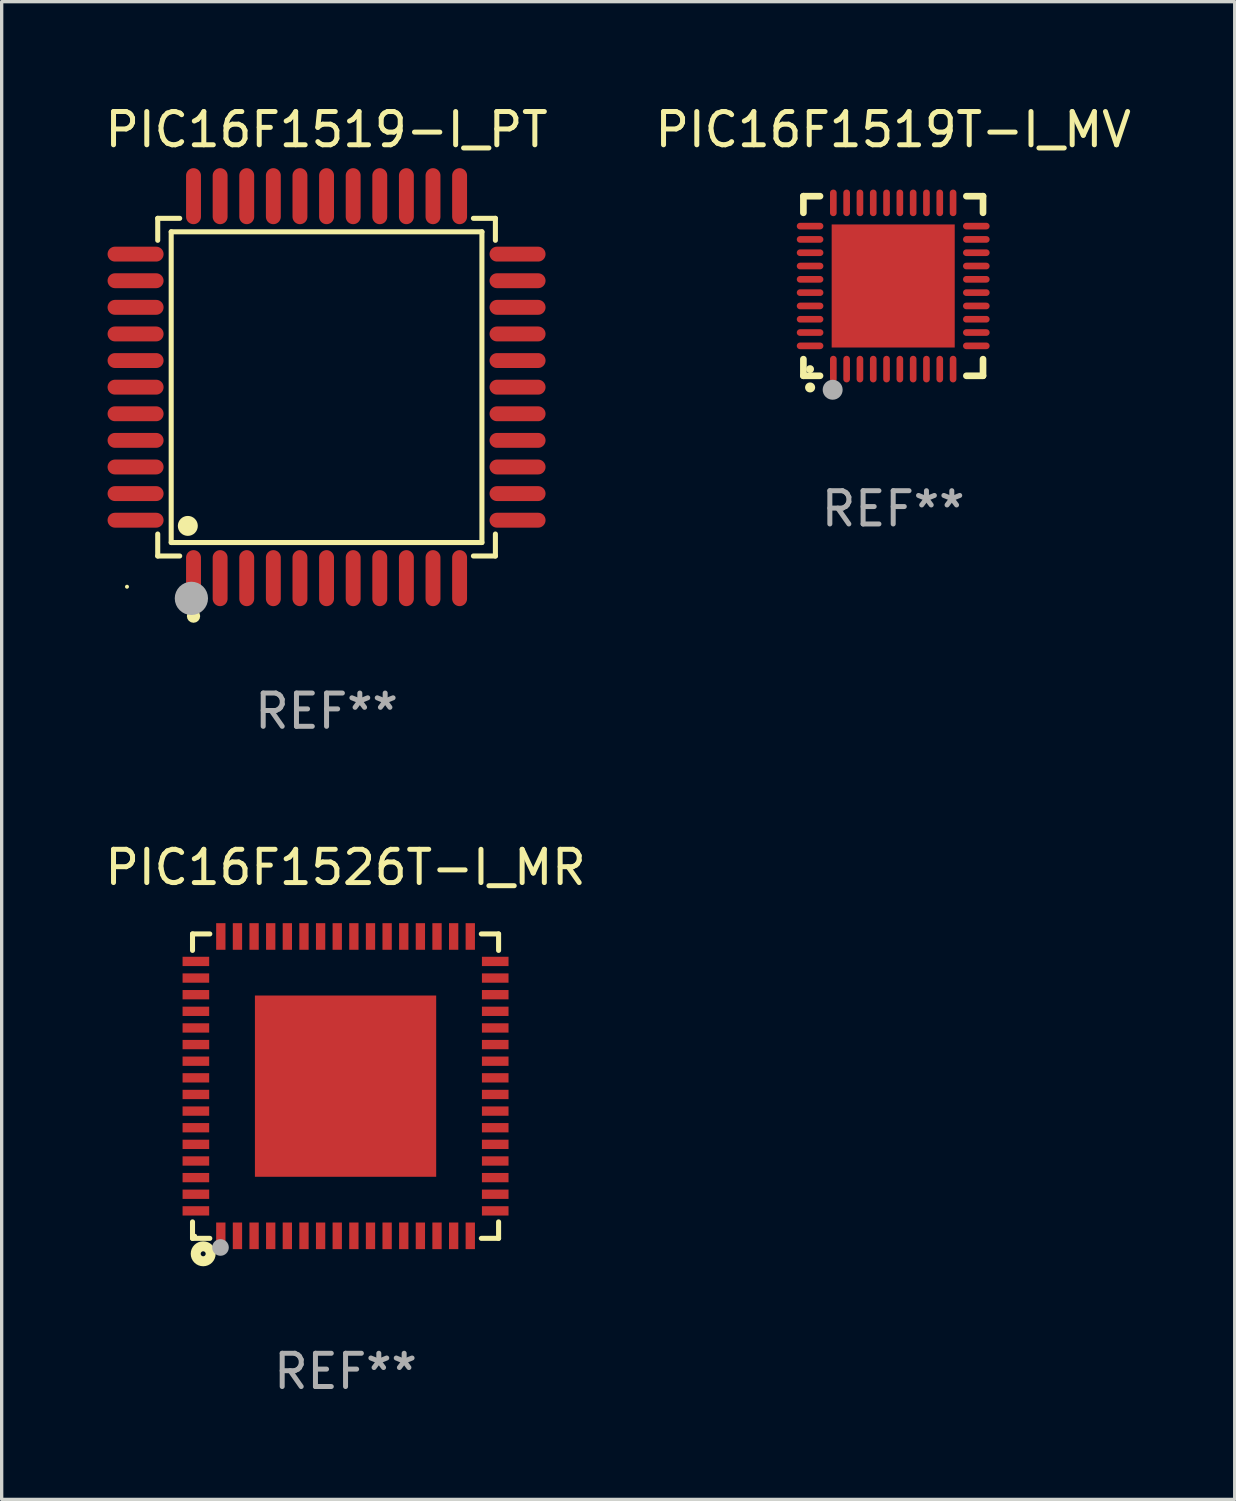
<source format=kicad_pcb>
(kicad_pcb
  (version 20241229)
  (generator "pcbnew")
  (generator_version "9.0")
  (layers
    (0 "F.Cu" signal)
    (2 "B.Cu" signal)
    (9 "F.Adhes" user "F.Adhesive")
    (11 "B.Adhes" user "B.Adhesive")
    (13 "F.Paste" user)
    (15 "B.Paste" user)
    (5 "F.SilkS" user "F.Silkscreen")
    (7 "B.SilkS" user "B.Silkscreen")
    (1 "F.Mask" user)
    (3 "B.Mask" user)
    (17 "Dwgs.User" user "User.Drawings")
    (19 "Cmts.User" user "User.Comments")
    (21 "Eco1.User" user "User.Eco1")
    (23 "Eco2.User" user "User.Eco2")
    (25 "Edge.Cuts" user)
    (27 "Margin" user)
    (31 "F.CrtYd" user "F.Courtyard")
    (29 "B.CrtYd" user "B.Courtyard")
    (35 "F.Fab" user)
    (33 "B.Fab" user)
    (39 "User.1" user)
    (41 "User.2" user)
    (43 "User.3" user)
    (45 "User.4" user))
  (footprint "PIC16F1519T-I_MV"
    (layer "F.Cu")
    (at 23.804 5.548)
    (property "Reference" "PIC16F1519T-I_MV" (at 0 -4.7 0) (layer "F.SilkS") (effects (font (size 1 1) (thickness 0.15))))
    (attr through_hole)
    (fp_line (start -2.7 -2.7) (end -2.7 -2.2) (stroke (width 0.2) (type solid)) (layer "F.SilkS"))
    (fp_line (start -2.7 2.7) (end -2.7 2.2) (stroke (width 0.2) (type solid)) (layer "F.SilkS"))
    (fp_line (start -2.2 -2.7) (end -2.7 -2.7) (stroke (width 0.2) (type solid)) (layer "F.SilkS"))
    (fp_line (start -2.2 2.7) (end -2.7 2.7) (stroke (width 0.2) (type solid)) (layer "F.SilkS"))
    (fp_line (start 2.7 -2.7) (end 2.2 -2.7) (stroke (width 0.2) (type solid)) (layer "F.SilkS"))
    (fp_line (start 2.7 -2.2) (end 2.7 -2.7) (stroke (width 0.2) (type solid)) (layer "F.SilkS"))
    (fp_line (start 2.7 2.2) (end 2.7 2.7) (stroke (width 0.2) (type solid)) (layer "F.SilkS"))
    (fp_line (start 2.7 2.7) (end 2.2 2.7) (stroke (width 0.2) (type solid)) (layer "F.SilkS"))
    (fp_arc (start -2.499365 3.050546) (mid -2.498095 3.050541) (end -2.496825 3.050546) (stroke (width 0.3) (type solid)) (layer "F.SilkS"))
    (fp_circle (center -2.5 2.5) (end -2.44 2.5) (stroke (width 0.12) (type solid)) (fill no) (layer "F.SilkS"))
    (fp_circle (center -1.82 3.12) (end -1.67 3.12) (stroke (width 0.3) (type solid)) (fill no) (layer "F.Fab"))
    (fp_text user "REF**" (at 0 6.7 0) (layer "F.Fab") (effects (font (size 1 1) (thickness 0.15))))
    (pad "1" smd oval (at -1.8 2.499) (size 0.2 0.8) (layers "F.Cu" "F.Mask" "F.Paste"))
    (pad "2" smd oval (at -1.4 2.499) (size 0.2 0.8) (layers "F.Cu" "F.Mask" "F.Paste"))
    (pad "3" smd oval (at -1 2.499) (size 0.2 0.8) (layers "F.Cu" "F.Mask" "F.Paste"))
    (pad "4" smd oval (at -0.6 2.499) (size 0.2 0.8) (layers "F.Cu" "F.Mask" "F.Paste"))
    (pad "5" smd oval (at -0.2 2.499) (size 0.2 0.8) (layers "F.Cu" "F.Mask" "F.Paste"))
    (pad "6" smd oval (at 0.2 2.499) (size 0.2 0.8) (layers "F.Cu" "F.Mask" "F.Paste"))
    (pad "7" smd oval (at 0.6 2.499) (size 0.2 0.8) (layers "F.Cu" "F.Mask" "F.Paste"))
    (pad "8" smd oval (at 1 2.499) (size 0.2 0.8) (layers "F.Cu" "F.Mask" "F.Paste"))
    (pad "9" smd oval (at 1.4 2.499) (size 0.2 0.8) (layers "F.Cu" "F.Mask" "F.Paste"))
    (pad "10" smd oval (at 1.8 2.499) (size 0.2 0.8) (layers "F.Cu" "F.Mask" "F.Paste"))
    (pad "11" smd oval (at 2.499 1.8) (size 0.8 0.2) (layers "F.Cu" "F.Mask" "F.Paste"))
    (pad "12" smd oval (at 2.499 1.4) (size 0.8 0.2) (layers "F.Cu" "F.Mask" "F.Paste"))
    (pad "13" smd oval (at 2.499 1) (size 0.8 0.2) (layers "F.Cu" "F.Mask" "F.Paste"))
    (pad "14" smd oval (at 2.499 0.6) (size 0.8 0.2) (layers "F.Cu" "F.Mask" "F.Paste"))
    (pad "15" smd oval (at 2.499 0.2) (size 0.8 0.2) (layers "F.Cu" "F.Mask" "F.Paste"))
    (pad "16" smd oval (at 2.499 -0.2) (size 0.8 0.2) (layers "F.Cu" "F.Mask" "F.Paste"))
    (pad "17" smd oval (at 2.499 -0.6) (size 0.8 0.2) (layers "F.Cu" "F.Mask" "F.Paste"))
    (pad "18" smd oval (at 2.499 -1) (size 0.8 0.2) (layers "F.Cu" "F.Mask" "F.Paste"))
    (pad "19" smd oval (at 2.499 -1.4) (size 0.8 0.2) (layers "F.Cu" "F.Mask" "F.Paste"))
    (pad "20" smd oval (at 2.499 -1.8) (size 0.8 0.2) (layers "F.Cu" "F.Mask" "F.Paste"))
    (pad "21" smd oval (at 1.8 -2.499) (size 0.2 0.8) (layers "F.Cu" "F.Mask" "F.Paste"))
    (pad "22" smd oval (at 1.4 -2.499) (size 0.2 0.8) (layers "F.Cu" "F.Mask" "F.Paste"))
    (pad "23" smd oval (at 1 -2.499) (size 0.2 0.8) (layers "F.Cu" "F.Mask" "F.Paste"))
    (pad "24" smd oval (at 0.6 -2.499) (size 0.2 0.8) (layers "F.Cu" "F.Mask" "F.Paste"))
    (pad "25" smd oval (at 0.2 -2.499) (size 0.2 0.8) (layers "F.Cu" "F.Mask" "F.Paste"))
    (pad "26" smd oval (at -0.2 -2.499) (size 0.2 0.8) (layers "F.Cu" "F.Mask" "F.Paste"))
    (pad "27" smd oval (at -0.6 -2.499) (size 0.2 0.8) (layers "F.Cu" "F.Mask" "F.Paste"))
    (pad "28" smd oval (at -1 -2.499) (size 0.2 0.8) (layers "F.Cu" "F.Mask" "F.Paste"))
    (pad "29" smd oval (at -1.4 -2.499) (size 0.2 0.8) (layers "F.Cu" "F.Mask" "F.Paste"))
    (pad "30" smd oval (at -1.8 -2.499) (size 0.2 0.8) (layers "F.Cu" "F.Mask" "F.Paste"))
    (pad "31" smd oval (at -2.499 -1.8) (size 0.8 0.2) (layers "F.Cu" "F.Mask" "F.Paste"))
    (pad "32" smd oval (at -2.499 -1.4) (size 0.8 0.2) (layers "F.Cu" "F.Mask" "F.Paste"))
    (pad "33" smd oval (at -2.499 -1) (size 0.8 0.2) (layers "F.Cu" "F.Mask" "F.Paste"))
    (pad "34" smd oval (at -2.499 -0.6) (size 0.8 0.2) (layers "F.Cu" "F.Mask" "F.Paste"))
    (pad "35" smd oval (at -2.499 -0.2) (size 0.8 0.2) (layers "F.Cu" "F.Mask" "F.Paste"))
    (pad "36" smd oval (at -2.499 0.2) (size 0.8 0.2) (layers "F.Cu" "F.Mask" "F.Paste"))
    (pad "37" smd oval (at -2.499 0.6) (size 0.8 0.2) (layers "F.Cu" "F.Mask" "F.Paste"))
    (pad "38" smd oval (at -2.499 1) (size 0.8 0.2) (layers "F.Cu" "F.Mask" "F.Paste"))
    (pad "39" smd oval (at -2.499 1.4) (size 0.8 0.2) (layers "F.Cu" "F.Mask" "F.Paste"))
    (pad "40" smd oval (at -2.499 1.8) (size 0.8 0.2) (layers "F.Cu" "F.Mask" "F.Paste"))
    (pad "41" smd rect (at 0 0) (size 3.7 3.7) (layers "F.Cu" "F.Mask" "F.Paste")))
  (footprint "PIC16F1519-I_PT"
    (layer "F.Cu")
    (at 6.768 8.59)
    (property "Reference" "PIC16F1519-I_PT" (at 0 -7.742 0) (layer "F.SilkS") (effects (font (size 1 1) (thickness 0.15))))
    (attr through_hole)
    (fp_line (start -5.076 -5.076) (end -4.415 -5.076) (stroke (width 0.152) (type solid)) (layer "F.SilkS"))
    (fp_line (start -5.076 -4.415) (end -5.076 -5.076) (stroke (width 0.152) (type solid)) (layer "F.SilkS"))
    (fp_line (start -5.076 4.415) (end -5.076 5.076) (stroke (width 0.152) (type solid)) (layer "F.SilkS"))
    (fp_line (start -5.076 5.076) (end -4.415 5.076) (stroke (width 0.152) (type solid)) (layer "F.SilkS"))
    (fp_line (start -4.671 -4.671) (end 4.671 -4.671) (stroke (width 0.152) (type solid)) (layer "F.SilkS"))
    (fp_line (start -4.671 4.671) (end -4.671 -4.671) (stroke (width 0.152) (type solid)) (layer "F.SilkS"))
    (fp_line (start 4.671 -4.671) (end 4.671 4.671) (stroke (width 0.152) (type solid)) (layer "F.SilkS"))
    (fp_line (start 4.671 4.671) (end -4.671 4.671) (stroke (width 0.152) (type solid)) (layer "F.SilkS"))
    (fp_line (start 5.076 -5.076) (end 4.415 -5.076) (stroke (width 0.152) (type solid)) (layer "F.SilkS"))
    (fp_line (start 5.076 -4.415) (end 5.076 -5.076) (stroke (width 0.152) (type solid)) (layer "F.SilkS"))
    (fp_line (start 5.076 4.415) (end 5.076 5.076) (stroke (width 0.152) (type solid)) (layer "F.SilkS"))
    (fp_line (start 5.076 5.076) (end 4.415 5.076) (stroke (width 0.152) (type solid)) (layer "F.SilkS"))
    (fp_circle (center -6 6) (end -5.97 6) (stroke (width 0.06) (type solid)) (fill no) (layer "F.SilkS"))
    (fp_circle (center -4.171 4.171) (end -4.021 4.171) (stroke (width 0.3) (type solid)) (fill no) (layer "F.SilkS"))
    (fp_circle (center -4 6.884) (end -3.9 6.884) (stroke (width 0.2) (type solid)) (fill no) (layer "F.SilkS"))
    (fp_circle (center -4.064 6.35) (end -3.814 6.35) (stroke (width 0.5) (type solid)) (fill no) (layer "F.Fab"))
    (fp_text user "REF**" (at 0 9.742 0) (layer "F.Fab") (effects (font (size 1 1) (thickness 0.15))))
    (pad "1" smd oval (at -4 5.742) (size 0.448 1.684) (layers "F.Cu" "F.Mask" "F.Paste"))
    (pad "2" smd oval (at -3.2 5.742) (size 0.448 1.684) (layers "F.Cu" "F.Mask" "F.Paste"))
    (pad "3" smd oval (at -2.4 5.742) (size 0.448 1.684) (layers "F.Cu" "F.Mask" "F.Paste"))
    (pad "4" smd oval (at -1.6 5.742) (size 0.448 1.684) (layers "F.Cu" "F.Mask" "F.Paste"))
    (pad "5" smd oval (at -0.8 5.742) (size 0.448 1.684) (layers "F.Cu" "F.Mask" "F.Paste"))
    (pad "6" smd oval (at 0 5.742) (size 0.448 1.684) (layers "F.Cu" "F.Mask" "F.Paste"))
    (pad "7" smd oval (at 0.8 5.742) (size 0.448 1.684) (layers "F.Cu" "F.Mask" "F.Paste"))
    (pad "8" smd oval (at 1.6 5.742) (size 0.448 1.684) (layers "F.Cu" "F.Mask" "F.Paste"))
    (pad "9" smd oval (at 2.4 5.742) (size 0.448 1.684) (layers "F.Cu" "F.Mask" "F.Paste"))
    (pad "10" smd oval (at 3.2 5.742) (size 0.448 1.684) (layers "F.Cu" "F.Mask" "F.Paste"))
    (pad "11" smd oval (at 4 5.742) (size 0.448 1.684) (layers "F.Cu" "F.Mask" "F.Paste"))
    (pad "12" smd oval (at 5.742 4) (size 1.684 0.448) (layers "F.Cu" "F.Mask" "F.Paste"))
    (pad "13" smd oval (at 5.742 3.2) (size 1.684 0.448) (layers "F.Cu" "F.Mask" "F.Paste"))
    (pad "14" smd oval (at 5.742 2.4) (size 1.684 0.448) (layers "F.Cu" "F.Mask" "F.Paste"))
    (pad "15" smd oval (at 5.742 1.6) (size 1.684 0.448) (layers "F.Cu" "F.Mask" "F.Paste"))
    (pad "16" smd oval (at 5.742 0.8) (size 1.684 0.448) (layers "F.Cu" "F.Mask" "F.Paste"))
    (pad "17" smd oval (at 5.742 0) (size 1.684 0.448) (layers "F.Cu" "F.Mask" "F.Paste"))
    (pad "18" smd oval (at 5.742 -0.8) (size 1.684 0.448) (layers "F.Cu" "F.Mask" "F.Paste"))
    (pad "19" smd oval (at 5.742 -1.6) (size 1.684 0.448) (layers "F.Cu" "F.Mask" "F.Paste"))
    (pad "20" smd oval (at 5.742 -2.4) (size 1.684 0.448) (layers "F.Cu" "F.Mask" "F.Paste"))
    (pad "21" smd oval (at 5.742 -3.2) (size 1.684 0.448) (layers "F.Cu" "F.Mask" "F.Paste"))
    (pad "22" smd oval (at 5.742 -4) (size 1.684 0.448) (layers "F.Cu" "F.Mask" "F.Paste"))
    (pad "23" smd oval (at 4 -5.742) (size 0.448 1.684) (layers "F.Cu" "F.Mask" "F.Paste"))
    (pad "24" smd oval (at 3.2 -5.742) (size 0.448 1.684) (layers "F.Cu" "F.Mask" "F.Paste"))
    (pad "25" smd oval (at 2.4 -5.742) (size 0.448 1.684) (layers "F.Cu" "F.Mask" "F.Paste"))
    (pad "26" smd oval (at 1.6 -5.742) (size 0.448 1.684) (layers "F.Cu" "F.Mask" "F.Paste"))
    (pad "27" smd oval (at 0.8 -5.742) (size 0.448 1.684) (layers "F.Cu" "F.Mask" "F.Paste"))
    (pad "28" smd oval (at 0 -5.742) (size 0.448 1.684) (layers "F.Cu" "F.Mask" "F.Paste"))
    (pad "29" smd oval (at -0.8 -5.742) (size 0.448 1.684) (layers "F.Cu" "F.Mask" "F.Paste"))
    (pad "30" smd oval (at -1.6 -5.742) (size 0.448 1.684) (layers "F.Cu" "F.Mask" "F.Paste"))
    (pad "31" smd oval (at -2.4 -5.742) (size 0.448 1.684) (layers "F.Cu" "F.Mask" "F.Paste"))
    (pad "32" smd oval (at -3.2 -5.742) (size 0.448 1.684) (layers "F.Cu" "F.Mask" "F.Paste"))
    (pad "33" smd oval (at -4 -5.742) (size 0.448 1.684) (layers "F.Cu" "F.Mask" "F.Paste"))
    (pad "34" smd oval (at -5.742 -4) (size 1.684 0.448) (layers "F.Cu" "F.Mask" "F.Paste"))
    (pad "35" smd oval (at -5.742 -3.2) (size 1.684 0.448) (layers "F.Cu" "F.Mask" "F.Paste"))
    (pad "36" smd oval (at -5.742 -2.4) (size 1.684 0.448) (layers "F.Cu" "F.Mask" "F.Paste"))
    (pad "37" smd oval (at -5.742 -1.6) (size 1.684 0.448) (layers "F.Cu" "F.Mask" "F.Paste"))
    (pad "38" smd oval (at -5.742 -0.8) (size 1.684 0.448) (layers "F.Cu" "F.Mask" "F.Paste"))
    (pad "39" smd oval (at -5.742 0) (size 1.684 0.448) (layers "F.Cu" "F.Mask" "F.Paste"))
    (pad "40" smd oval (at -5.742 0.8) (size 1.684 0.448) (layers "F.Cu" "F.Mask" "F.Paste"))
    (pad "41" smd oval (at -5.742 1.6) (size 1.684 0.448) (layers "F.Cu" "F.Mask" "F.Paste"))
    (pad "42" smd oval (at -5.742 2.4) (size 1.684 0.448) (layers "F.Cu" "F.Mask" "F.Paste"))
    (pad "43" smd oval (at -5.742 3.2) (size 1.684 0.448) (layers "F.Cu" "F.Mask" "F.Paste"))
    (pad "44" smd oval (at -5.742 4) (size 1.684 0.448) (layers "F.Cu" "F.Mask" "F.Paste")))
  (footprint "PIC16F1526T-I_MR"
    (layer "F.Cu")
    (at 7.339 29.605)
    (property "Reference" "PIC16F1526T-I_MR" (at 0 -6.576 0) (layer "F.SilkS") (effects (font (size 1 1) (thickness 0.15))))
    (attr through_hole)
    (fp_line (start -4.601 -4.576) (end -4.081 -4.576) (stroke (width 0.152) (type solid)) (layer "F.SilkS"))
    (fp_line (start -4.601 -4.081) (end -4.601 -4.576) (stroke (width 0.152) (type solid)) (layer "F.SilkS"))
    (fp_line (start -4.601 4.081) (end -4.601 4.576) (stroke (width 0.152) (type solid)) (layer "F.SilkS"))
    (fp_line (start -4.601 4.576) (end -4.081 4.576) (stroke (width 0.152) (type solid)) (layer "F.SilkS"))
    (fp_line (start 4.601 -4.576) (end 4.081 -4.576) (stroke (width 0.152) (type solid)) (layer "F.SilkS"))
    (fp_line (start 4.601 -4.081) (end 4.601 -4.576) (stroke (width 0.152) (type solid)) (layer "F.SilkS"))
    (fp_line (start 4.601 4.081) (end 4.601 4.576) (stroke (width 0.152) (type solid)) (layer "F.SilkS"))
    (fp_line (start 4.601 4.576) (end 4.081 4.576) (stroke (width 0.152) (type solid)) (layer "F.SilkS"))
    (fp_circle (center -4.525 4.5) (end -4.495 4.5) (stroke (width 0.06) (type solid)) (fill no) (layer "F.SilkS"))
    (fp_circle (center -4.28 5.04) (end -4.205 5.04) (stroke (width 0.3) (type solid)) (fill no) (layer "F.SilkS"))
    (fp_circle (center -3.76 4.85) (end -3.635 4.85) (stroke (width 0.25) (type solid)) (fill no) (layer "F.Fab"))
    (fp_text user "REF**" (at 0 8.576 0) (layer "F.Fab") (effects (font (size 1 1) (thickness 0.15))))
    (pad "1" smd rect (at -3.75 4.5) (size 0.28 0.8) (layers "F.Cu" "F.Mask" "F.Paste"))
    (pad "2" smd rect (at -3.25 4.5) (size 0.28 0.8) (layers "F.Cu" "F.Mask" "F.Paste"))
    (pad "3" smd rect (at -2.75 4.5) (size 0.28 0.8) (layers "F.Cu" "F.Mask" "F.Paste"))
    (pad "4" smd rect (at -2.25 4.5) (size 0.28 0.8) (layers "F.Cu" "F.Mask" "F.Paste"))
    (pad "5" smd rect (at -1.75 4.5) (size 0.28 0.8) (layers "F.Cu" "F.Mask" "F.Paste"))
    (pad "6" smd rect (at -1.25 4.5) (size 0.28 0.8) (layers "F.Cu" "F.Mask" "F.Paste"))
    (pad "7" smd rect (at -0.75 4.5) (size 0.28 0.8) (layers "F.Cu" "F.Mask" "F.Paste"))
    (pad "8" smd rect (at -0.25 4.5) (size 0.28 0.8) (layers "F.Cu" "F.Mask" "F.Paste"))
    (pad "9" smd rect (at 0.25 4.5) (size 0.28 0.8) (layers "F.Cu" "F.Mask" "F.Paste"))
    (pad "10" smd rect (at 0.75 4.5) (size 0.28 0.8) (layers "F.Cu" "F.Mask" "F.Paste"))
    (pad "11" smd rect (at 1.25 4.5) (size 0.28 0.8) (layers "F.Cu" "F.Mask" "F.Paste"))
    (pad "12" smd rect (at 1.75 4.5) (size 0.28 0.8) (layers "F.Cu" "F.Mask" "F.Paste"))
    (pad "13" smd rect (at 2.25 4.5) (size 0.28 0.8) (layers "F.Cu" "F.Mask" "F.Paste"))
    (pad "14" smd rect (at 2.75 4.5) (size 0.28 0.8) (layers "F.Cu" "F.Mask" "F.Paste"))
    (pad "15" smd rect (at 3.25 4.5) (size 0.28 0.8) (layers "F.Cu" "F.Mask" "F.Paste"))
    (pad "16" smd rect (at 3.75 4.5) (size 0.28 0.8) (layers "F.Cu" "F.Mask" "F.Paste"))
    (pad "17" smd rect (at 4.5 3.75) (size 0.8 0.28) (layers "F.Cu" "F.Mask" "F.Paste"))
    (pad "18" smd rect (at 4.5 3.25) (size 0.8 0.28) (layers "F.Cu" "F.Mask" "F.Paste"))
    (pad "19" smd rect (at 4.5 2.75) (size 0.8 0.28) (layers "F.Cu" "F.Mask" "F.Paste"))
    (pad "20" smd rect (at 4.5 2.25) (size 0.8 0.28) (layers "F.Cu" "F.Mask" "F.Paste"))
    (pad "21" smd rect (at 4.5 1.75) (size 0.8 0.28) (layers "F.Cu" "F.Mask" "F.Paste"))
    (pad "22" smd rect (at 4.5 1.25) (size 0.8 0.28) (layers "F.Cu" "F.Mask" "F.Paste"))
    (pad "23" smd rect (at 4.5 0.75) (size 0.8 0.28) (layers "F.Cu" "F.Mask" "F.Paste"))
    (pad "24" smd rect (at 4.5 0.25) (size 0.8 0.28) (layers "F.Cu" "F.Mask" "F.Paste"))
    (pad "25" smd rect (at 4.5 -0.25) (size 0.8 0.28) (layers "F.Cu" "F.Mask" "F.Paste"))
    (pad "26" smd rect (at 4.5 -0.75) (size 0.8 0.28) (layers "F.Cu" "F.Mask" "F.Paste"))
    (pad "27" smd rect (at 4.5 -1.25) (size 0.8 0.28) (layers "F.Cu" "F.Mask" "F.Paste"))
    (pad "28" smd rect (at 4.5 -1.75) (size 0.8 0.28) (layers "F.Cu" "F.Mask" "F.Paste"))
    (pad "29" smd rect (at 4.5 -2.25) (size 0.8 0.28) (layers "F.Cu" "F.Mask" "F.Paste"))
    (pad "30" smd rect (at 4.5 -2.75) (size 0.8 0.28) (layers "F.Cu" "F.Mask" "F.Paste"))
    (pad "31" smd rect (at 4.5 -3.25) (size 0.8 0.28) (layers "F.Cu" "F.Mask" "F.Paste"))
    (pad "32" smd rect (at 4.5 -3.75) (size 0.8 0.28) (layers "F.Cu" "F.Mask" "F.Paste"))
    (pad "33" smd rect (at 3.75 -4.5) (size 0.28 0.8) (layers "F.Cu" "F.Mask" "F.Paste"))
    (pad "34" smd rect (at 3.25 -4.5) (size 0.28 0.8) (layers "F.Cu" "F.Mask" "F.Paste"))
    (pad "35" smd rect (at 2.75 -4.5) (size 0.28 0.8) (layers "F.Cu" "F.Mask" "F.Paste"))
    (pad "36" smd rect (at 2.25 -4.5) (size 0.28 0.8) (layers "F.Cu" "F.Mask" "F.Paste"))
    (pad "37" smd rect (at 1.75 -4.5) (size 0.28 0.8) (layers "F.Cu" "F.Mask" "F.Paste"))
    (pad "38" smd rect (at 1.25 -4.5) (size 0.28 0.8) (layers "F.Cu" "F.Mask" "F.Paste"))
    (pad "39" smd rect (at 0.75 -4.5) (size 0.28 0.8) (layers "F.Cu" "F.Mask" "F.Paste"))
    (pad "40" smd rect (at 0.25 -4.5) (size 0.28 0.8) (layers "F.Cu" "F.Mask" "F.Paste"))
    (pad "41" smd rect (at -0.25 -4.5) (size 0.28 0.8) (layers "F.Cu" "F.Mask" "F.Paste"))
    (pad "42" smd rect (at -0.75 -4.5) (size 0.28 0.8) (layers "F.Cu" "F.Mask" "F.Paste"))
    (pad "43" smd rect (at -1.25 -4.5) (size 0.28 0.8) (layers "F.Cu" "F.Mask" "F.Paste"))
    (pad "44" smd rect (at -1.75 -4.5) (size 0.28 0.8) (layers "F.Cu" "F.Mask" "F.Paste"))
    (pad "45" smd rect (at -2.25 -4.5) (size 0.28 0.8) (layers "F.Cu" "F.Mask" "F.Paste"))
    (pad "46" smd rect (at -2.75 -4.5) (size 0.28 0.8) (layers "F.Cu" "F.Mask" "F.Paste"))
    (pad "47" smd rect (at -3.25 -4.5) (size 0.28 0.8) (layers "F.Cu" "F.Mask" "F.Paste"))
    (pad "48" smd rect (at -3.75 -4.5) (size 0.28 0.8) (layers "F.Cu" "F.Mask" "F.Paste"))
    (pad "49" smd rect (at -4.5 -3.75) (size 0.8 0.28) (layers "F.Cu" "F.Mask" "F.Paste"))
    (pad "50" smd rect (at -4.5 -3.25) (size 0.8 0.28) (layers "F.Cu" "F.Mask" "F.Paste"))
    (pad "51" smd rect (at -4.5 -2.75) (size 0.8 0.28) (layers "F.Cu" "F.Mask" "F.Paste"))
    (pad "52" smd rect (at -4.5 -2.25) (size 0.8 0.28) (layers "F.Cu" "F.Mask" "F.Paste"))
    (pad "53" smd rect (at -4.5 -1.75) (size 0.8 0.28) (layers "F.Cu" "F.Mask" "F.Paste"))
    (pad "54" smd rect (at -4.5 -1.25) (size 0.8 0.28) (layers "F.Cu" "F.Mask" "F.Paste"))
    (pad "55" smd rect (at -4.5 -0.75) (size 0.8 0.28) (layers "F.Cu" "F.Mask" "F.Paste"))
    (pad "56" smd rect (at -4.5 -0.25) (size 0.8 0.28) (layers "F.Cu" "F.Mask" "F.Paste"))
    (pad "57" smd rect (at -4.5 0.25) (size 0.8 0.28) (layers "F.Cu" "F.Mask" "F.Paste"))
    (pad "58" smd rect (at -4.5 0.75) (size 0.8 0.28) (layers "F.Cu" "F.Mask" "F.Paste"))
    (pad "59" smd rect (at -4.5 1.25) (size 0.8 0.28) (layers "F.Cu" "F.Mask" "F.Paste"))
    (pad "60" smd rect (at -4.5 1.75) (size 0.8 0.28) (layers "F.Cu" "F.Mask" "F.Paste"))
    (pad "61" smd rect (at -4.5 2.25) (size 0.8 0.28) (layers "F.Cu" "F.Mask" "F.Paste"))
    (pad "62" smd rect (at -4.5 2.75) (size 0.8 0.28) (layers "F.Cu" "F.Mask" "F.Paste"))
    (pad "63" smd rect (at -4.5 3.25) (size 0.8 0.28) (layers "F.Cu" "F.Mask" "F.Paste"))
    (pad "64" smd rect (at -4.5 3.75) (size 0.8 0.28) (layers "F.Cu" "F.Mask" "F.Paste"))
    (pad "65" smd rect (at 0 0) (size 5.45 5.45) (layers "F.Cu" "F.Mask" "F.Paste")))
  (gr_rect
    (start -3 -3)
    (end 34.071 42.029)
    (stroke (width 0.1) (type default))
    (fill no)
    (layer "Edge.Cuts")))
</source>
